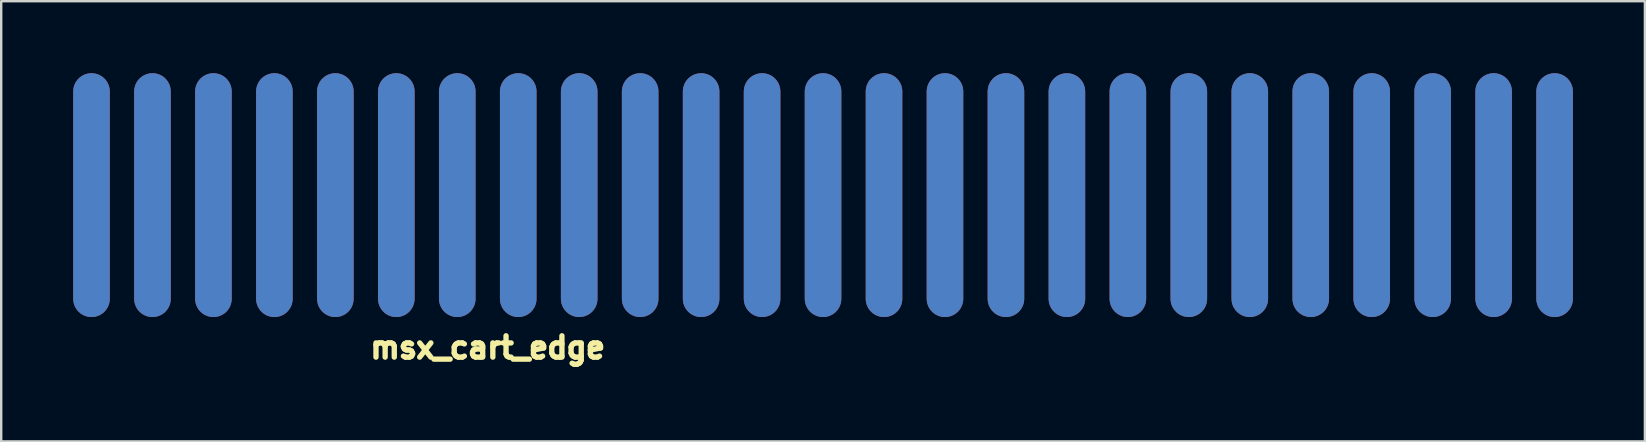
<source format=kicad_pcb>
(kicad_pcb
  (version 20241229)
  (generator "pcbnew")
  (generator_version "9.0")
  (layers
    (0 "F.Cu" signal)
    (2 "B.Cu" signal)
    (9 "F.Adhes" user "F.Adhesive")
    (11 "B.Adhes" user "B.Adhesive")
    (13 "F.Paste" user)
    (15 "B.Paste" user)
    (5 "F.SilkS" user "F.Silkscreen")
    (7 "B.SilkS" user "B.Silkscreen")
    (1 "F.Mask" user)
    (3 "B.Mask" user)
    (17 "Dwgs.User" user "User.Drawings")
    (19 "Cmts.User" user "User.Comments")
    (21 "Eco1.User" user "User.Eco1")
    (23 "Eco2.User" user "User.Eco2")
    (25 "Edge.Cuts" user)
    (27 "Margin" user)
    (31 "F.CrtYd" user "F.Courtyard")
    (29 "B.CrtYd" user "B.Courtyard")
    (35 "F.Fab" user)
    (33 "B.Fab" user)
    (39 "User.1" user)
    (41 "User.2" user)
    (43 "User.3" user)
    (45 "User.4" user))
  (footprint "msx_cart_edge"
    (layer "F.Cu")
    (at 0.762 5.08)
    (property "Reference" "msx_cart_edge" (at 16.51 6.35 0) (layer "F.SilkS") (effects (font (size 0.889 0.889) (thickness 0.305))))
    (attr through_hole)
    (pad "1" connect oval (at 0 0) (size 1.524 10.16) (layers "B.Cu" "B.Mask"))
    (pad "2" connect oval (at 0 0) (size 1.524 10.16) (layers "F.Cu" "F.Mask"))
    (pad "3" connect oval (at 2.54 0) (size 1.524 10.16) (layers "B.Cu" "B.Mask"))
    (pad "4" connect oval (at 2.54 0) (size 1.524 10.16) (layers "F.Cu" "F.Mask"))
    (pad "5" connect oval (at 5.08 0) (size 1.524 10.16) (layers "B.Cu" "B.Mask"))
    (pad "6" connect oval (at 5.08 0) (size 1.524 10.16) (layers "F.Cu" "F.Mask"))
    (pad "7" connect oval (at 7.62 0) (size 1.524 10.16) (layers "B.Cu" "B.Mask"))
    (pad "8" connect oval (at 7.62 0) (size 1.524 10.16) (layers "F.Cu" "F.Mask"))
    (pad "9" connect oval (at 10.16 0) (size 1.524 10.16) (layers "B.Cu" "B.Mask"))
    (pad "10" connect oval (at 10.16 0) (size 1.524 10.16) (layers "F.Cu" "F.Mask"))
    (pad "11" connect oval (at 12.7 0) (size 1.524 10.16) (layers "B.Cu" "B.Mask"))
    (pad "12" connect oval (at 12.7 0) (size 1.524 10.16) (layers "F.Cu" "F.Mask"))
    (pad "13" connect oval (at 15.24 0) (size 1.524 10.16) (layers "B.Cu" "B.Mask"))
    (pad "14" connect oval (at 15.24 0) (size 1.524 10.16) (layers "F.Cu" "F.Mask"))
    (pad "15" connect oval (at 17.78 0) (size 1.524 10.16) (layers "B.Cu" "B.Mask"))
    (pad "16" connect oval (at 17.78 0) (size 1.524 10.16) (layers "F.Cu" "F.Mask"))
    (pad "17" connect oval (at 20.32 0) (size 1.524 10.16) (layers "B.Cu" "B.Mask"))
    (pad "18" connect oval (at 20.32 0) (size 1.524 10.16) (layers "F.Cu" "F.Mask"))
    (pad "19" connect oval (at 22.86 0) (size 1.524 10.16) (layers "B.Cu" "B.Mask"))
    (pad "20" connect oval (at 22.86 0) (size 1.524 10.16) (layers "F.Cu" "F.Mask"))
    (pad "21" connect oval (at 25.4 0) (size 1.524 10.16) (layers "B.Cu" "B.Mask"))
    (pad "22" connect oval (at 25.4 0) (size 1.524 10.16) (layers "F.Cu" "F.Mask"))
    (pad "23" connect oval (at 27.94 0) (size 1.524 10.16) (layers "B.Cu" "B.Mask"))
    (pad "24" connect oval (at 27.94 0) (size 1.524 10.16) (layers "F.Cu" "F.Mask"))
    (pad "25" connect oval (at 30.48 0) (size 1.524 10.16) (layers "B.Cu" "B.Mask"))
    (pad "26" connect oval (at 30.48 0) (size 1.524 10.16) (layers "F.Cu" "F.Mask"))
    (pad "27" connect oval (at 33.02 0) (size 1.524 10.16) (layers "B.Cu" "B.Mask"))
    (pad "28" connect oval (at 33.02 0) (size 1.524 10.16) (layers "F.Cu" "F.Mask"))
    (pad "29" connect oval (at 35.56 0) (size 1.524 10.16) (layers "B.Cu" "B.Mask"))
    (pad "30" connect oval (at 35.56 0) (size 1.524 10.16) (layers "F.Cu" "F.Mask"))
    (pad "31" connect oval (at 38.1 0) (size 1.524 10.16) (layers "B.Cu" "B.Mask"))
    (pad "32" connect oval (at 38.1 0) (size 1.524 10.16) (layers "F.Cu" "F.Mask"))
    (pad "33" connect oval (at 40.64 0) (size 1.524 10.16) (layers "B.Cu" "B.Mask"))
    (pad "34" connect oval (at 40.64 0) (size 1.524 10.16) (layers "F.Cu" "F.Mask"))
    (pad "35" connect oval (at 43.18 0) (size 1.524 10.16) (layers "B.Cu" "B.Mask"))
    (pad "36" connect oval (at 43.18 0) (size 1.524 10.16) (layers "F.Cu" "F.Mask"))
    (pad "37" connect oval (at 45.72 0) (size 1.524 10.16) (layers "B.Cu" "B.Mask"))
    (pad "38" connect oval (at 45.72 0) (size 1.524 10.16) (layers "F.Cu" "F.Mask"))
    (pad "39" connect oval (at 48.26 0) (size 1.524 10.16) (layers "B.Cu" "B.Mask"))
    (pad "40" connect oval (at 48.26 0) (size 1.524 10.16) (layers "F.Cu" "F.Mask"))
    (pad "41" connect oval (at 50.8 0) (size 1.524 10.16) (layers "B.Cu" "B.Mask"))
    (pad "42" connect oval (at 50.8 0) (size 1.524 10.16) (layers "F.Cu" "F.Mask"))
    (pad "43" connect oval (at 53.34 0) (size 1.524 10.16) (layers "B.Cu" "B.Mask"))
    (pad "44" connect oval (at 53.34 0) (size 1.524 10.16) (layers "F.Cu" "F.Mask"))
    (pad "45" connect oval (at 55.88 0) (size 1.524 10.16) (layers "B.Cu" "B.Mask"))
    (pad "46" connect oval (at 55.88 0) (size 1.524 10.16) (layers "F.Cu" "F.Mask"))
    (pad "47" connect oval (at 58.42 0) (size 1.524 10.16) (layers "B.Cu" "B.Mask"))
    (pad "48" connect oval (at 58.42 0) (size 1.524 10.16) (layers "F.Cu" "F.Mask"))
    (pad "49" connect oval (at 60.96 0) (size 1.524 10.16) (layers "B.Cu" "B.Mask"))
    (pad "50" connect oval (at 60.96 0) (size 1.524 10.16) (layers "F.Cu" "F.Mask")))
  (gr_rect
    (start -3 -3)
    (end 65.484 15.34)
    (stroke (width 0.1) (type default))
    (fill no)
    (layer "Edge.Cuts")))
</source>
